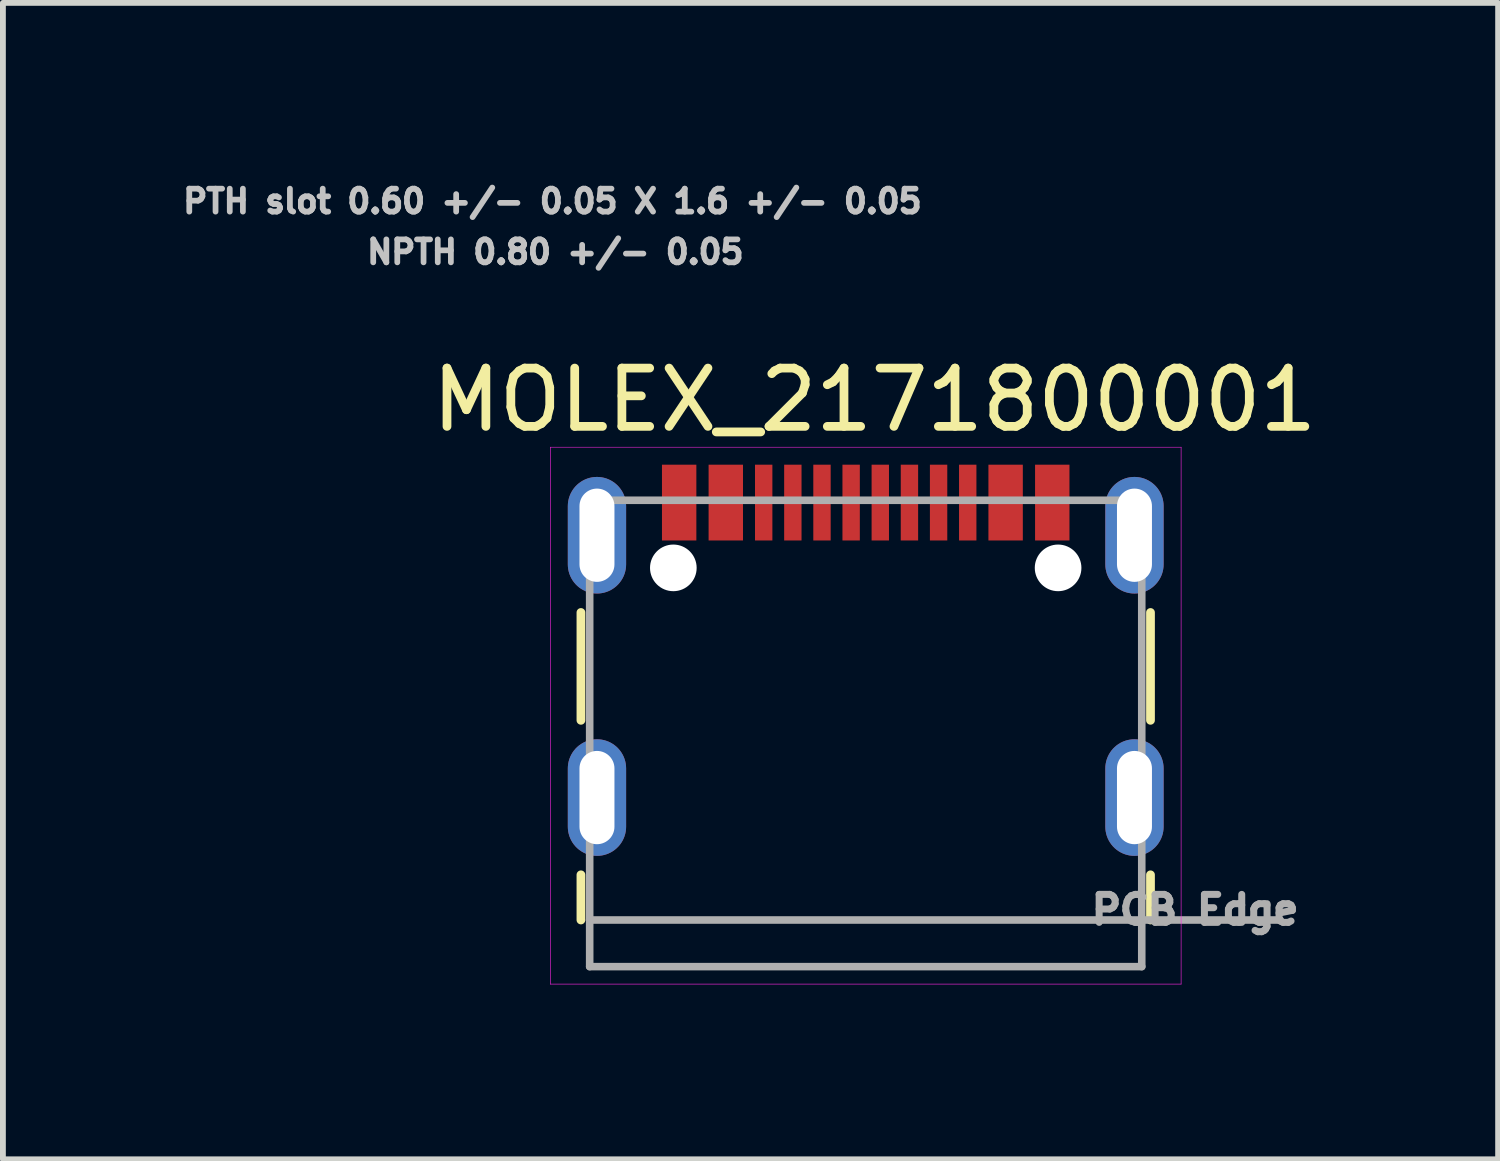
<source format=kicad_pcb>
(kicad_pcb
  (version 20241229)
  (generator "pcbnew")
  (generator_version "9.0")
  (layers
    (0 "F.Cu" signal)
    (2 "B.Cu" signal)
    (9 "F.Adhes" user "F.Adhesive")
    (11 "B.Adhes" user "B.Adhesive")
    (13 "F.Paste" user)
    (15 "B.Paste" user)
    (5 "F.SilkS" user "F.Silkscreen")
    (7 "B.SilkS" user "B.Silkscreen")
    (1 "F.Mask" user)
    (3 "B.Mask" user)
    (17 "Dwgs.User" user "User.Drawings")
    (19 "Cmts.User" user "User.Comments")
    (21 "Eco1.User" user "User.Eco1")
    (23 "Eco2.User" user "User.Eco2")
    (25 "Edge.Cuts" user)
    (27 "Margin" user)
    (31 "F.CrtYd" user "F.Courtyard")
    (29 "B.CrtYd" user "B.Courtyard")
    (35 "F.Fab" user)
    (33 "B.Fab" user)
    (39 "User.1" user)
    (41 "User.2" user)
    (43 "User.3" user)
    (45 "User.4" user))
  (footprint "MOLEX_2171800001"
    (layer "F.Cu")
    (at 11.8 12.731)
    (property "Reference" "MOLEX_2171800001" (at 0.151 -8.922 0) (layer "F.SilkS") (effects (font (size 1 1) (thickness 0.15))))
    (attr smd)
    (fp_poly (pts (xy -2.759 -7.873) (xy -2.042 -7.873) (xy -2.042 -6.447) (xy -2.759 -6.447)) (stroke (width 0.01) (type solid)) (fill yes) (layer "F.Mask"))
    (fp_poly (pts (xy -1.962 -7.873) (xy -1.538 -7.873) (xy -1.538 -6.447) (xy -1.962 -6.447)) (stroke (width 0.01) (type solid)) (fill yes) (layer "F.Mask"))
    (fp_poly (pts (xy -1.462 -7.873) (xy -1.038 -7.873) (xy -1.038 -6.447) (xy -1.462 -6.447)) (stroke (width 0.01) (type solid)) (fill yes) (layer "F.Mask"))
    (fp_poly (pts (xy -0.963 -7.873) (xy -0.537 -7.873) (xy -0.537 -6.447) (xy -0.963 -6.447)) (stroke (width 0.01) (type solid)) (fill yes) (layer "F.Mask"))
    (fp_poly (pts (xy -0.463 -7.873) (xy -0.037 -7.873) (xy -0.037 -6.447) (xy -0.463 -6.447)) (stroke (width 0.01) (type solid)) (fill yes) (layer "F.Mask"))
    (fp_poly (pts (xy 0.037 -7.873) (xy 0.463 -7.873) (xy 0.463 -6.447) (xy 0.037 -6.447)) (stroke (width 0.01) (type solid)) (fill yes) (layer "F.Mask"))
    (fp_poly (pts (xy 0.537 -7.873) (xy 0.963 -7.873) (xy 0.963 -6.447) (xy 0.537 -6.447)) (stroke (width 0.01) (type solid)) (fill yes) (layer "F.Mask"))
    (fp_poly (pts (xy 1.038 -7.873) (xy 1.462 -7.873) (xy 1.462 -6.447) (xy 1.038 -6.447)) (stroke (width 0.01) (type solid)) (fill yes) (layer "F.Mask"))
    (fp_poly (pts (xy 1.538 -7.873) (xy 1.962 -7.873) (xy 1.962 -6.447) (xy 1.538 -6.447)) (stroke (width 0.01) (type solid)) (fill yes) (layer "F.Mask"))
    (fp_poly (pts (xy 2.042 -7.873) (xy 2.759 -7.873) (xy 2.759 -6.447) (xy 2.042 -6.447)) (stroke (width 0.01) (type solid)) (fill yes) (layer "F.Mask"))
    (fp_poly (pts (xy -3.558 -7.873) (xy -2.837 -7.873) (xy -2.837 -6.02) (xy -2.838 -5.998) (xy -2.84 -5.975) (xy -2.844 -5.952) (xy -2.849 -5.93) (xy -2.855 -5.908) (xy -2.862 -5.886) (xy -2.87 -5.865) (xy -2.879 -5.844) (xy -2.889 -5.823) (xy -2.9 -5.803) (xy -2.912 -5.784) (xy -2.925 -5.765) (xy -2.939 -5.747) (xy -2.954 -5.73) (xy -2.97 -5.713) (xy -2.987 -5.698) (xy -3.004 -5.683) (xy -3.022 -5.669) (xy -3.041 -5.656) (xy -3.06 -5.644) (xy -3.08 -5.632) (xy -3.1 -5.622) (xy -3.121 -5.613) (xy -3.143 -5.605) (xy -3.165 -5.598) (xy -3.187 -5.592) (xy -3.209 -5.587) (xy -3.232 -5.584) (xy -3.254 -5.581) (xy -3.275 -5.58) (xy -3.305 -5.58) (xy -3.329 -5.581) (xy -3.353 -5.583) (xy -3.377 -5.586) (xy -3.401 -5.59) (xy -3.424 -5.596) (xy -3.447 -5.603) (xy -3.47 -5.611) (xy -3.492 -5.62) (xy -3.514 -5.63) (xy -3.535 -5.642) (xy -3.556 -5.654) (xy -3.575 -5.668) (xy -3.594 -5.683) (xy -3.613 -5.698) (xy -3.63 -5.715) (xy -3.647 -5.732) (xy -3.662 -5.751) (xy -3.677 -5.77) (xy -3.691 -5.789) (xy -3.703 -5.81) (xy -3.715 -5.831) (xy -3.725 -5.853) (xy -3.734 -5.875) (xy -3.742 -5.898) (xy -3.749 -5.921) (xy -3.755 -5.944) (xy -3.759 -5.968) (xy -3.762 -5.992) (xy -3.764 -6.016) (xy -3.765 -6.04) (xy -3.765 -6.055) (xy -3.764 -6.07) (xy -3.764 -6.085) (xy -3.762 -6.1) (xy -3.76 -6.115) (xy -3.758 -6.129) (xy -3.755 -6.144) (xy -3.751 -6.159) (xy -3.747 -6.173) (xy -3.743 -6.187) (xy -3.738 -6.201) (xy -3.733 -6.215) (xy -3.727 -6.229) (xy -3.721 -6.243) (xy -3.715 -6.256) (xy -3.708 -6.269) (xy -3.7 -6.282) (xy -3.692 -6.295) (xy -3.684 -6.307) (xy -3.675 -6.319) (xy -3.666 -6.331) (xy -3.657 -6.343) (xy -3.647 -6.354) (xy -3.637 -6.365) (xy -3.626 -6.375) (xy -3.616 -6.386) (xy -3.604 -6.396) (xy -3.593 -6.405) (xy -3.581 -6.414) (xy -3.569 -6.423) (xy -3.558 -6.43) (xy -3.558 -7.873) (xy -3.558 -7.873)) (stroke (width 0.01) (type solid)) (fill yes) (layer "F.Mask"))
    (fp_poly (pts (xy 3.558 -7.873) (xy 2.837 -7.873) (xy 2.837 -6.02) (xy 2.838 -5.998) (xy 2.84 -5.975) (xy 2.844 -5.952) (xy 2.849 -5.93) (xy 2.855 -5.908) (xy 2.862 -5.886) (xy 2.87 -5.865) (xy 2.879 -5.844) (xy 2.889 -5.823) (xy 2.9 -5.803) (xy 2.912 -5.784) (xy 2.925 -5.765) (xy 2.939 -5.747) (xy 2.954 -5.73) (xy 2.97 -5.713) (xy 2.987 -5.698) (xy 3.004 -5.683) (xy 3.022 -5.669) (xy 3.041 -5.656) (xy 3.06 -5.644) (xy 3.08 -5.632) (xy 3.1 -5.622) (xy 3.121 -5.613) (xy 3.143 -5.605) (xy 3.165 -5.598) (xy 3.187 -5.592) (xy 3.209 -5.587) (xy 3.232 -5.584) (xy 3.254 -5.581) (xy 3.275 -5.58) (xy 3.305 -5.58) (xy 3.329 -5.581) (xy 3.353 -5.583) (xy 3.377 -5.586) (xy 3.401 -5.59) (xy 3.424 -5.596) (xy 3.447 -5.603) (xy 3.47 -5.611) (xy 3.492 -5.62) (xy 3.514 -5.63) (xy 3.535 -5.642) (xy 3.556 -5.654) (xy 3.575 -5.668) (xy 3.594 -5.683) (xy 3.613 -5.698) (xy 3.63 -5.715) (xy 3.647 -5.732) (xy 3.662 -5.751) (xy 3.677 -5.77) (xy 3.691 -5.789) (xy 3.703 -5.81) (xy 3.715 -5.831) (xy 3.725 -5.853) (xy 3.734 -5.875) (xy 3.742 -5.898) (xy 3.749 -5.921) (xy 3.755 -5.944) (xy 3.759 -5.968) (xy 3.762 -5.992) (xy 3.764 -6.016) (xy 3.765 -6.04) (xy 3.765 -6.055) (xy 3.764 -6.07) (xy 3.764 -6.085) (xy 3.762 -6.1) (xy 3.76 -6.115) (xy 3.758 -6.129) (xy 3.755 -6.144) (xy 3.751 -6.159) (xy 3.747 -6.173) (xy 3.743 -6.187) (xy 3.738 -6.201) (xy 3.733 -6.215) (xy 3.727 -6.229) (xy 3.721 -6.243) (xy 3.715 -6.256) (xy 3.708 -6.269) (xy 3.7 -6.282) (xy 3.692 -6.295) (xy 3.684 -6.307) (xy 3.675 -6.319) (xy 3.666 -6.331) (xy 3.657 -6.343) (xy 3.647 -6.354) (xy 3.637 -6.365) (xy 3.626 -6.375) (xy 3.616 -6.386) (xy 3.604 -6.396) (xy 3.593 -6.405) (xy 3.581 -6.414) (xy 3.569 -6.423) (xy 3.558 -6.43) (xy 3.558 -7.873) (xy 3.558 -7.873)) (stroke (width 0.01) (type solid)) (fill yes) (layer "F.Mask"))
    (fp_circle (center -3.3 -6.04) (end -3.068 -6.04) (stroke (width 0.464) (type solid)) (fill no) (layer "B.Mask"))
    (fp_circle (center 3.3 -6.04) (end 3.532 -6.04) (stroke (width 0.464) (type solid)) (fill no) (layer "B.Mask"))
    (fp_line (start -4.885 -3.425) (end -4.885 -5.275) (stroke (width 0.15) (type solid)) (layer "F.SilkS"))
    (fp_line (start -4.885 0) (end -4.885 -0.775) (stroke (width 0.15) (type solid)) (layer "F.SilkS"))
    (fp_line (start 4.885 -5.275) (end 4.885 -3.425) (stroke (width 0.15) (type solid)) (layer "F.SilkS"))
    (fp_line (start 4.885 -0.775) (end 4.885 0) (stroke (width 0.15) (type solid)) (layer "F.SilkS"))
    (fp_line (start -5.41 -8.11) (end 5.41 -8.11) (stroke (width 0.01) (type solid)) (layer "F.CrtYd"))
    (fp_line (start -5.41 1.1) (end -5.41 -8.11) (stroke (width 0.01) (type solid)) (layer "F.CrtYd"))
    (fp_line (start 5.41 -8.11) (end 5.41 1.1) (stroke (width 0.01) (type solid)) (layer "F.CrtYd"))
    (fp_line (start 5.41 1.1) (end -5.41 1.1) (stroke (width 0.01) (type solid)) (layer "F.CrtYd"))
    (fp_line (start -4.735 -7.2) (end 4.735 -7.2) (stroke (width 0.13) (type solid)) (layer "F.Fab"))
    (fp_line (start -4.735 0) (end -4.735 -7.2) (stroke (width 0.13) (type solid)) (layer "F.Fab"))
    (fp_line (start -4.735 0) (end -4.735 0.8) (stroke (width 0.13) (type solid)) (layer "F.Fab"))
    (fp_line (start 4.735 -7.2) (end 4.735 0) (stroke (width 0.13) (type solid)) (layer "F.Fab"))
    (fp_line (start 4.735 0) (end -4.735 0) (stroke (width 0.13) (type solid)) (layer "F.Fab"))
    (fp_line (start 4.735 0) (end 7.11 0) (stroke (width 0.13) (type solid)) (layer "F.Fab"))
    (fp_line (start 4.735 0.8) (end -4.735 0.8) (stroke (width 0.13) (type solid)) (layer "F.Fab"))
    (fp_line (start 4.735 0.8) (end 4.735 0) (stroke (width 0.13) (type solid)) (layer "F.Fab"))
    (fp_text user "NPTH 0.80 +/- 0.05" (at -5.324 -11.458 0) (layer "Dwgs.User") (effects (font (size 0.394 0.394) (thickness 0.15))))
    (fp_text user "PTH slot 0.60 +/- 0.05 X 1.6 +/- 0.05" (at -5.374 -12.328 0) (layer "Dwgs.User") (effects (font (size 0.394 0.394) (thickness 0.15))))
    (fp_text user "PCB Edge" (at 5.65 -0.175 0) (layer "F.Fab") (effects (font (size 0.48 0.48) (thickness 0.15))))
    (pad "" np_thru_hole circle (at -3.3 -6.04) (size 0.8 0.8) (drill 0.8) (layers "*.Cu" "*.Mask"))
    (pad "" np_thru_hole circle (at 3.3 -6.04) (size 0.8 0.8) (drill 0.8) (layers "*.Cu" "*.Mask"))
    (pad "A1B12" smd rect (at -3.2 -7.16) (size 0.59 1.3) (layers "F.Cu" "F.Paste"))
    (pad "A4B9" smd rect (at -2.4 -7.16) (size 0.59 1.3) (layers "F.Cu" "F.Paste"))
    (pad "A5" smd rect (at -1.25 -7.16) (size 0.298 1.3) (layers "F.Cu" "F.Paste"))
    (pad "A6" smd rect (at -0.25 -7.16) (size 0.298 1.3) (layers "F.Cu" "F.Paste"))
    (pad "A7" smd rect (at 0.25 -7.16) (size 0.298 1.3) (layers "F.Cu" "F.Paste"))
    (pad "A8" smd rect (at 1.25 -7.16) (size 0.298 1.3) (layers "F.Cu" "F.Paste"))
    (pad "B1A12" smd rect (at 3.2 -7.16) (size 0.59 1.3) (layers "F.Cu" "F.Paste"))
    (pad "B4A9" smd rect (at 2.4 -7.16) (size 0.59 1.3) (layers "F.Cu" "F.Paste"))
    (pad "B5" smd rect (at 1.75 -7.16) (size 0.298 1.3) (layers "F.Cu" "F.Paste"))
    (pad "B6" smd rect (at 0.75 -7.16) (size 0.298 1.3) (layers "F.Cu" "F.Paste"))
    (pad "B7" smd rect (at -0.75 -7.16) (size 0.298 1.3) (layers "F.Cu" "F.Paste"))
    (pad "B8" smd rect (at -1.75 -7.16) (size 0.298 1.3) (layers "F.Cu" "F.Paste"))
    (pad "SH1" thru_hole oval (at -4.61 -2.1) (size 1 2) (drill oval 0.6 1.6) (layers "*.Cu" "*.Mask"))
    (pad "SH2" thru_hole oval (at 4.61 -2.1) (size 1 2) (drill oval 0.6 1.6) (layers "*.Cu" "*.Mask"))
    (pad "SH3" thru_hole oval (at -4.61 -6.6) (size 1 2) (drill oval 0.6 1.6) (layers "*.Cu" "*.Mask"))
    (pad "SH4" thru_hole oval (at 4.61 -6.6) (size 1 2) (drill oval 0.6 1.6) (layers "*.Cu" "*.Mask")))
  (gr_rect
    (start -3 -3)
    (end 22.648 16.836)
    (stroke (width 0.1) (type default))
    (fill no)
    (layer "Edge.Cuts")))
</source>
